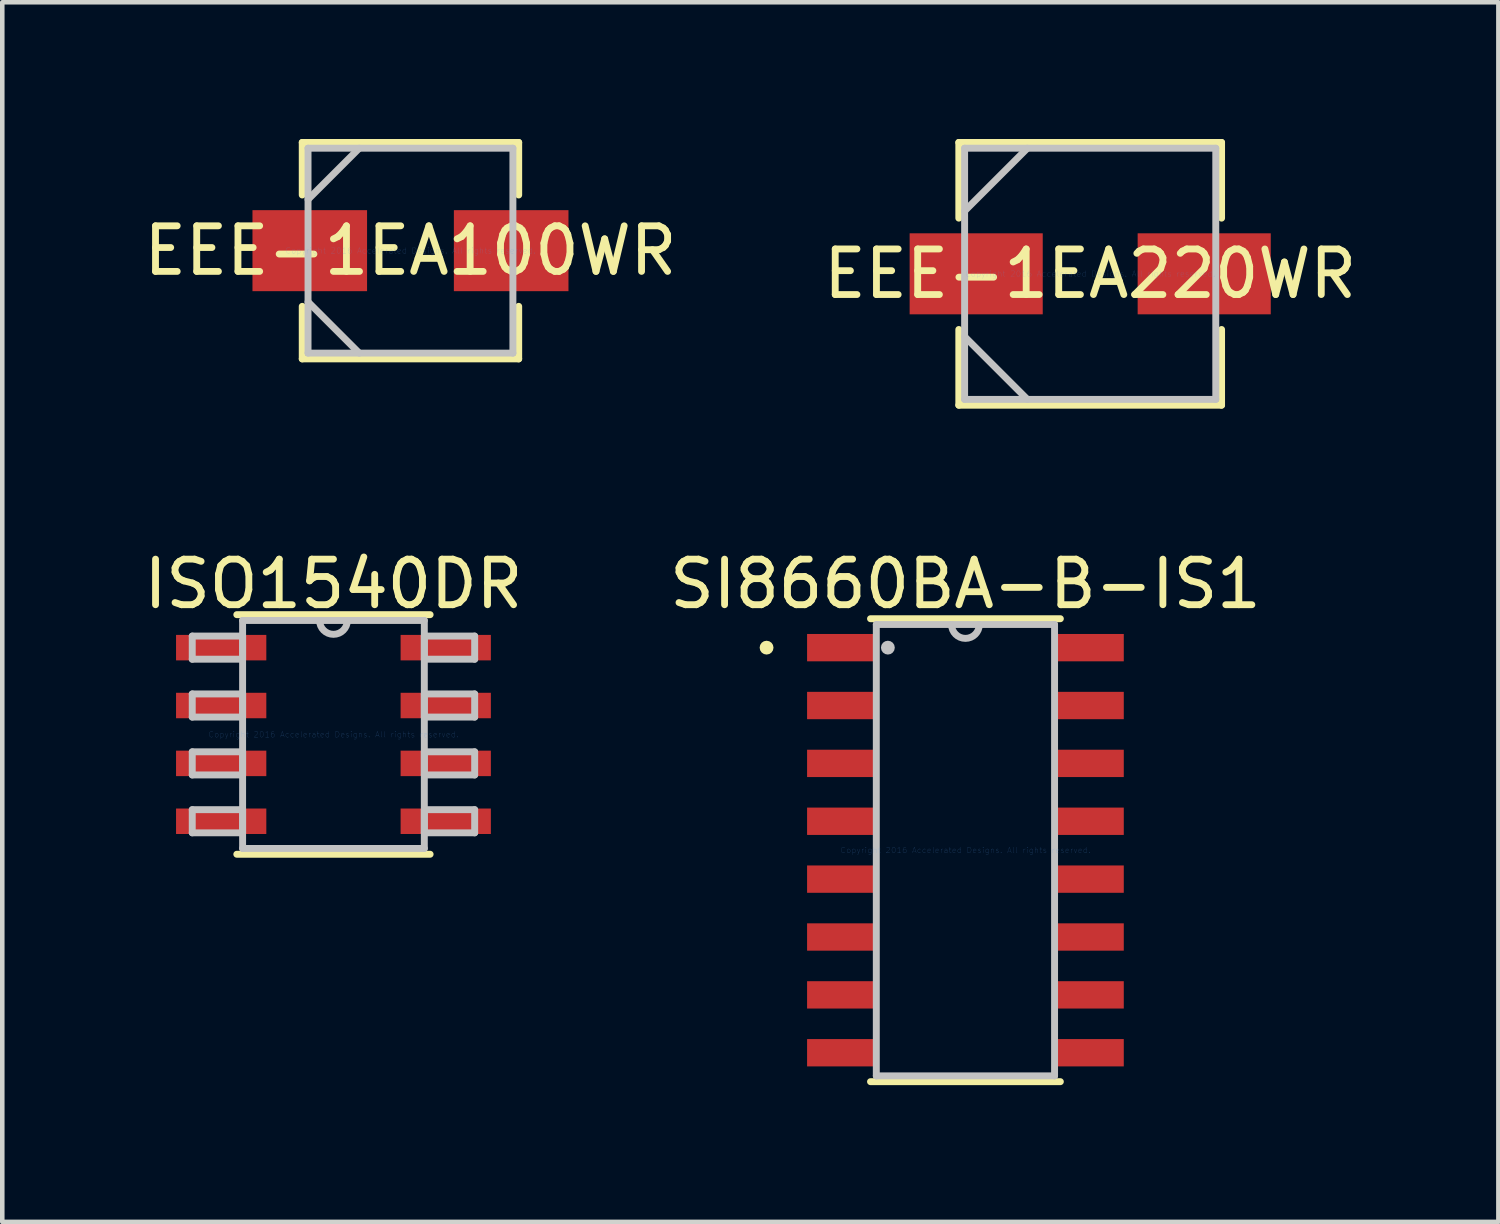
<source format=kicad_pcb>
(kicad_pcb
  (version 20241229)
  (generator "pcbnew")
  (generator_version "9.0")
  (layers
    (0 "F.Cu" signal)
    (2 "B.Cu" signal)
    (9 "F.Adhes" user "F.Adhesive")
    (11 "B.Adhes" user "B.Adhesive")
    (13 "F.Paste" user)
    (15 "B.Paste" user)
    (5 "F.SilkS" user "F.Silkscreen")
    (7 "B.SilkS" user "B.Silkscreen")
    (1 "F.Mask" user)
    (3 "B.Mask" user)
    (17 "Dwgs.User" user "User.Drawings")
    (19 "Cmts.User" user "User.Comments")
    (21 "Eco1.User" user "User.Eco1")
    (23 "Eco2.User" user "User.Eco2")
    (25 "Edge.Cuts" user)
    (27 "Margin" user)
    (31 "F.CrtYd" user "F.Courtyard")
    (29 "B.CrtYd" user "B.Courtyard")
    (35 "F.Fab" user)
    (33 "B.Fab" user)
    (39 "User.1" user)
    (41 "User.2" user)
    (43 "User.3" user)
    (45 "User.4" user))
  (footprint "SI8660BA-B-IS1"
    (layer "F.Cu")
    (at 18.137 15.608)
    (property "Reference" "SI8660BA-B-IS1" (at 0 -5.842 0) (layer "F.SilkS") (effects (font (size 1 1) (thickness 0.15))))
    (attr through_hole)
    (fp_line (start -2.083 5.08) (end 2.083 5.08) (stroke (width 0.152) (type solid)) (layer "F.SilkS"))
    (fp_line (start 2.083 -5.08) (end -2.083 -5.08) (stroke (width 0.152) (type solid)) (layer "F.SilkS"))
    (fp_circle (center -4.364 -4.445) (end -4.288 -4.445) (stroke (width 0.152) (type solid)) (fill no) (layer "F.SilkS"))
    (fp_line (start -1.956 -4.953) (end -1.956 4.953) (stroke (width 0.152) (type solid)) (layer "Dwgs.User"))
    (fp_line (start -1.956 4.953) (end 1.956 4.953) (stroke (width 0.152) (type solid)) (layer "Dwgs.User"))
    (fp_line (start 1.956 -4.953) (end -1.956 -4.953) (stroke (width 0.152) (type solid)) (layer "Dwgs.User"))
    (fp_line (start 1.956 4.953) (end 1.956 -4.953) (stroke (width 0.152) (type solid)) (layer "Dwgs.User"))
    (fp_arc (start 0.3048 -4.953) (mid 0 -4.6482) (end -0.3048 -4.953) (stroke (width 0.1524) (type solid)) (layer "Dwgs.User"))
    (fp_circle (center -1.702 -4.445) (end -1.626 -4.445) (stroke (width 0.152) (type solid)) (fill no) (layer "Dwgs.User"))
    (fp_text user "Copyright 2016 Accelerated Designs. All rights reserved." (at 0 0 0) (layer "Cmts.User") (effects (font (size 0.127 0.127) (thickness 0.002))))
    (pad "" smd rect (at -2.7 -4.445) (size 1.55 0.6) (layers "F.Mask"))
    (pad "" smd rect (at -2.7 -4.445) (size 1.55 0.6) (layers "F.Paste"))
    (pad "" smd rect (at -2.7 -3.175) (size 1.55 0.6) (layers "F.Mask"))
    (pad "" smd rect (at -2.7 -3.175) (size 1.55 0.6) (layers "F.Paste"))
    (pad "" smd rect (at -2.7 -1.905) (size 1.55 0.6) (layers "F.Mask"))
    (pad "" smd rect (at -2.7 -1.905) (size 1.55 0.6) (layers "F.Paste"))
    (pad "" smd rect (at -2.7 -0.635) (size 1.55 0.6) (layers "F.Mask"))
    (pad "" smd rect (at -2.7 -0.635) (size 1.55 0.6) (layers "F.Paste"))
    (pad "" smd rect (at -2.7 0.635) (size 1.55 0.6) (layers "F.Mask"))
    (pad "" smd rect (at -2.7 0.635) (size 1.55 0.6) (layers "F.Paste"))
    (pad "" smd rect (at -2.7 1.905) (size 1.55 0.6) (layers "F.Mask"))
    (pad "" smd rect (at -2.7 1.905) (size 1.55 0.6) (layers "F.Paste"))
    (pad "" smd rect (at -2.7 3.175) (size 1.55 0.6) (layers "F.Mask"))
    (pad "" smd rect (at -2.7 3.175) (size 1.55 0.6) (layers "F.Paste"))
    (pad "" smd rect (at -2.7 4.445) (size 1.55 0.6) (layers "F.Mask"))
    (pad "" smd rect (at -2.7 4.445) (size 1.55 0.6) (layers "F.Paste"))
    (pad "" smd rect (at 2.7 -4.445) (size 1.55 0.6) (layers "F.Mask"))
    (pad "" smd rect (at 2.7 -4.445) (size 1.55 0.6) (layers "F.Paste"))
    (pad "" smd rect (at 2.7 -3.175) (size 1.55 0.6) (layers "F.Mask"))
    (pad "" smd rect (at 2.7 -3.175) (size 1.55 0.6) (layers "F.Paste"))
    (pad "" smd rect (at 2.7 -1.905) (size 1.55 0.6) (layers "F.Mask"))
    (pad "" smd rect (at 2.7 -1.905) (size 1.55 0.6) (layers "F.Paste"))
    (pad "" smd rect (at 2.7 -0.635) (size 1.55 0.6) (layers "F.Mask"))
    (pad "" smd rect (at 2.7 -0.635) (size 1.55 0.6) (layers "F.Paste"))
    (pad "" smd rect (at 2.7 0.635) (size 1.55 0.6) (layers "F.Mask"))
    (pad "" smd rect (at 2.7 0.635) (size 1.55 0.6) (layers "F.Paste"))
    (pad "" smd rect (at 2.7 1.905) (size 1.55 0.6) (layers "F.Mask"))
    (pad "" smd rect (at 2.7 1.905) (size 1.55 0.6) (layers "F.Paste"))
    (pad "" smd rect (at 2.7 3.175) (size 1.55 0.6) (layers "F.Mask"))
    (pad "" smd rect (at 2.7 3.175) (size 1.55 0.6) (layers "F.Paste"))
    (pad "" smd rect (at 2.7 4.445) (size 1.55 0.6) (layers "F.Mask"))
    (pad "" smd rect (at 2.7 4.445) (size 1.55 0.6) (layers "F.Paste"))
    (pad "1" smd rect (at -2.7 -4.445) (size 1.55 0.6) (layers "F.Cu"))
    (pad "2" smd rect (at -2.7 -3.175) (size 1.55 0.6) (layers "F.Cu"))
    (pad "3" smd rect (at -2.7 -1.905) (size 1.55 0.6) (layers "F.Cu"))
    (pad "4" smd rect (at -2.7 -0.635) (size 1.55 0.6) (layers "F.Cu"))
    (pad "5" smd rect (at -2.7 0.635) (size 1.55 0.6) (layers "F.Cu"))
    (pad "6" smd rect (at -2.7 1.905) (size 1.55 0.6) (layers "F.Cu"))
    (pad "7" smd rect (at -2.7 3.175) (size 1.55 0.6) (layers "F.Cu"))
    (pad "8" smd rect (at -2.7 4.445) (size 1.55 0.6) (layers "F.Cu"))
    (pad "9" smd rect (at 2.7 4.445) (size 1.55 0.6) (layers "F.Cu"))
    (pad "10" smd rect (at 2.7 3.175) (size 1.55 0.6) (layers "F.Cu"))
    (pad "11" smd rect (at 2.7 1.905) (size 1.55 0.6) (layers "F.Cu"))
    (pad "12" smd rect (at 2.7 0.635) (size 1.55 0.6) (layers "F.Cu"))
    (pad "13" smd rect (at 2.7 -0.635) (size 1.55 0.6) (layers "F.Cu"))
    (pad "14" smd rect (at 2.7 -1.905) (size 1.55 0.6) (layers "F.Cu"))
    (pad "15" smd rect (at 2.7 -3.175) (size 1.55 0.6) (layers "F.Cu"))
    (pad "16" smd rect (at 2.7 -4.445) (size 1.55 0.6) (layers "F.Cu")))
  (footprint "EEE-1EA100WR"
    (layer "F.Cu")
    (at 5.958 2.451)
    (property "Reference" "EEE-1EA100WR" (at 0 0 0) (layer "F.SilkS") (effects (font (size 1 1) (thickness 0.15))))
    (attr through_hole)
    (fp_line (start -2.375 -2.375) (end -2.375 -1.222) (stroke (width 0.152) (type solid)) (layer "F.SilkS"))
    (fp_line (start -2.375 1.222) (end -2.375 2.375) (stroke (width 0.152) (type solid)) (layer "F.SilkS"))
    (fp_line (start -2.375 2.375) (end 2.375 2.375) (stroke (width 0.152) (type solid)) (layer "F.SilkS"))
    (fp_line (start 2.375 -2.375) (end -2.375 -2.375) (stroke (width 0.152) (type solid)) (layer "F.SilkS"))
    (fp_line (start 2.375 -1.222) (end 2.375 -2.375) (stroke (width 0.152) (type solid)) (layer "F.SilkS"))
    (fp_line (start 2.375 2.375) (end 2.375 1.222) (stroke (width 0.152) (type solid)) (layer "F.SilkS"))
    (fp_line (start -2.248 -2.248) (end -2.248 2.248) (stroke (width 0.152) (type solid)) (layer "Dwgs.User"))
    (fp_line (start -2.248 -1.124) (end -1.124 -2.248) (stroke (width 0.152) (type solid)) (layer "Dwgs.User"))
    (fp_line (start -2.248 1.124) (end -1.124 2.248) (stroke (width 0.152) (type solid)) (layer "Dwgs.User"))
    (fp_line (start -2.248 2.248) (end 2.248 2.248) (stroke (width 0.152) (type solid)) (layer "Dwgs.User"))
    (fp_line (start 2.248 -2.248) (end -2.248 -2.248) (stroke (width 0.152) (type solid)) (layer "Dwgs.User"))
    (fp_line (start 2.248 2.248) (end 2.248 -2.248) (stroke (width 0.152) (type solid)) (layer "Dwgs.User"))
    (fp_text user "Copyright 2016 Accelerated Designs. All rights reserved." (at 0 0 0) (layer "Cmts.User") (effects (font (size 0.127 0.127) (thickness 0.002))))
    (pad "" smd rect (at -2.21 0) (size 2.515 1.778) (layers "F.Mask"))
    (pad "" smd rect (at -2.21 0) (size 2.515 1.778) (layers "F.Paste"))
    (pad "" smd rect (at 2.21 0) (size 2.515 1.778) (layers "F.Mask"))
    (pad "" smd rect (at 2.21 0) (size 2.515 1.778) (layers "F.Paste"))
    (pad "1" smd rect (at -2.21 0) (size 2.515 1.778) (layers "F.Cu"))
    (pad "2" smd rect (at 2.21 0) (size 2.515 1.778) (layers "F.Cu")))
  (footprint "ISO1540DR"
    (layer "F.Cu")
    (at 4.268 13.068)
    (property "Reference" "ISO1540DR" (at 0 -3.302 0) (layer "F.SilkS") (effects (font (size 1 1) (thickness 0.15))))
    (attr through_hole)
    (fp_line (start -2.121 2.629) (end 2.121 2.629) (stroke (width 0.152) (type solid)) (layer "F.SilkS"))
    (fp_line (start 2.121 -2.629) (end -2.121 -2.629) (stroke (width 0.152) (type solid)) (layer "F.SilkS"))
    (fp_line (start -3.099 -2.159) (end -3.099 -1.651) (stroke (width 0.152) (type solid)) (layer "Dwgs.User"))
    (fp_line (start -3.099 -1.651) (end -1.994 -1.651) (stroke (width 0.152) (type solid)) (layer "Dwgs.User"))
    (fp_line (start -3.099 -0.889) (end -3.099 -0.381) (stroke (width 0.152) (type solid)) (layer "Dwgs.User"))
    (fp_line (start -3.099 -0.381) (end -1.994 -0.381) (stroke (width 0.152) (type solid)) (layer "Dwgs.User"))
    (fp_line (start -3.099 0.381) (end -3.099 0.889) (stroke (width 0.152) (type solid)) (layer "Dwgs.User"))
    (fp_line (start -3.099 0.889) (end -1.994 0.889) (stroke (width 0.152) (type solid)) (layer "Dwgs.User"))
    (fp_line (start -3.099 1.651) (end -3.099 2.159) (stroke (width 0.152) (type solid)) (layer "Dwgs.User"))
    (fp_line (start -3.099 2.159) (end -1.994 2.159) (stroke (width 0.152) (type solid)) (layer "Dwgs.User"))
    (fp_line (start -1.994 -2.502) (end -1.994 2.502) (stroke (width 0.152) (type solid)) (layer "Dwgs.User"))
    (fp_line (start -1.994 -2.159) (end -3.099 -2.159) (stroke (width 0.152) (type solid)) (layer "Dwgs.User"))
    (fp_line (start -1.994 -1.651) (end -1.994 -2.159) (stroke (width 0.152) (type solid)) (layer "Dwgs.User"))
    (fp_line (start -1.994 -0.889) (end -3.099 -0.889) (stroke (width 0.152) (type solid)) (layer "Dwgs.User"))
    (fp_line (start -1.994 -0.381) (end -1.994 -0.889) (stroke (width 0.152) (type solid)) (layer "Dwgs.User"))
    (fp_line (start -1.994 0.381) (end -3.099 0.381) (stroke (width 0.152) (type solid)) (layer "Dwgs.User"))
    (fp_line (start -1.994 0.889) (end -1.994 0.381) (stroke (width 0.152) (type solid)) (layer "Dwgs.User"))
    (fp_line (start -1.994 1.651) (end -3.099 1.651) (stroke (width 0.152) (type solid)) (layer "Dwgs.User"))
    (fp_line (start -1.994 2.159) (end -1.994 1.651) (stroke (width 0.152) (type solid)) (layer "Dwgs.User"))
    (fp_line (start -1.994 2.502) (end 1.994 2.502) (stroke (width 0.152) (type solid)) (layer "Dwgs.User"))
    (fp_line (start 1.994 -2.502) (end -1.994 -2.502) (stroke (width 0.152) (type solid)) (layer "Dwgs.User"))
    (fp_line (start 1.994 -2.159) (end 1.994 -1.651) (stroke (width 0.152) (type solid)) (layer "Dwgs.User"))
    (fp_line (start 1.994 -1.651) (end 3.099 -1.651) (stroke (width 0.152) (type solid)) (layer "Dwgs.User"))
    (fp_line (start 1.994 -0.889) (end 1.994 -0.381) (stroke (width 0.152) (type solid)) (layer "Dwgs.User"))
    (fp_line (start 1.994 -0.381) (end 3.099 -0.381) (stroke (width 0.152) (type solid)) (layer "Dwgs.User"))
    (fp_line (start 1.994 0.381) (end 1.994 0.889) (stroke (width 0.152) (type solid)) (layer "Dwgs.User"))
    (fp_line (start 1.994 0.889) (end 3.099 0.889) (stroke (width 0.152) (type solid)) (layer "Dwgs.User"))
    (fp_line (start 1.994 1.651) (end 1.994 2.159) (stroke (width 0.152) (type solid)) (layer "Dwgs.User"))
    (fp_line (start 1.994 2.159) (end 3.099 2.159) (stroke (width 0.152) (type solid)) (layer "Dwgs.User"))
    (fp_line (start 1.994 2.502) (end 1.994 -2.502) (stroke (width 0.152) (type solid)) (layer "Dwgs.User"))
    (fp_line (start 3.099 -2.159) (end 1.994 -2.159) (stroke (width 0.152) (type solid)) (layer "Dwgs.User"))
    (fp_line (start 3.099 -1.651) (end 3.099 -2.159) (stroke (width 0.152) (type solid)) (layer "Dwgs.User"))
    (fp_line (start 3.099 -0.889) (end 1.994 -0.889) (stroke (width 0.152) (type solid)) (layer "Dwgs.User"))
    (fp_line (start 3.099 -0.381) (end 3.099 -0.889) (stroke (width 0.152) (type solid)) (layer "Dwgs.User"))
    (fp_line (start 3.099 0.381) (end 1.994 0.381) (stroke (width 0.152) (type solid)) (layer "Dwgs.User"))
    (fp_line (start 3.099 0.889) (end 3.099 0.381) (stroke (width 0.152) (type solid)) (layer "Dwgs.User"))
    (fp_line (start 3.099 1.651) (end 1.994 1.651) (stroke (width 0.152) (type solid)) (layer "Dwgs.User"))
    (fp_line (start 3.099 2.159) (end 3.099 1.651) (stroke (width 0.152) (type solid)) (layer "Dwgs.User"))
    (fp_arc (start 0.3048 -2.5019) (mid 0 -2.1971) (end -0.3048 -2.5019) (stroke (width 0.1524) (type solid)) (layer "Dwgs.User"))
    (fp_text user "Copyright 2016 Accelerated Designs. All rights reserved." (at 0 0 0) (layer "Cmts.User") (effects (font (size 0.127 0.127) (thickness 0.002))))
    (pad "" smd rect (at -2.464 -1.905) (size 1.981 0.559) (layers "F.Mask"))
    (pad "" smd rect (at -2.464 -1.905) (size 1.981 0.559) (layers "F.Paste"))
    (pad "" smd rect (at -2.464 -0.635) (size 1.981 0.559) (layers "F.Mask"))
    (pad "" smd rect (at -2.464 -0.635) (size 1.981 0.559) (layers "F.Paste"))
    (pad "" smd rect (at -2.464 0.635) (size 1.981 0.559) (layers "F.Mask"))
    (pad "" smd rect (at -2.464 0.635) (size 1.981 0.559) (layers "F.Paste"))
    (pad "" smd rect (at -2.464 1.905) (size 1.981 0.559) (layers "F.Mask"))
    (pad "" smd rect (at -2.464 1.905) (size 1.981 0.559) (layers "F.Paste"))
    (pad "" smd rect (at 2.464 -1.905) (size 1.981 0.559) (layers "F.Mask"))
    (pad "" smd rect (at 2.464 -1.905) (size 1.981 0.559) (layers "F.Paste"))
    (pad "" smd rect (at 2.464 -0.635) (size 1.981 0.559) (layers "F.Mask"))
    (pad "" smd rect (at 2.464 -0.635) (size 1.981 0.559) (layers "F.Paste"))
    (pad "" smd rect (at 2.464 0.635) (size 1.981 0.559) (layers "F.Mask"))
    (pad "" smd rect (at 2.464 0.635) (size 1.981 0.559) (layers "F.Paste"))
    (pad "" smd rect (at 2.464 1.905) (size 1.981 0.559) (layers "F.Mask"))
    (pad "" smd rect (at 2.464 1.905) (size 1.981 0.559) (layers "F.Paste"))
    (pad "1" smd rect (at -2.464 -1.905) (size 1.981 0.559) (layers "F.Cu"))
    (pad "2" smd rect (at -2.464 -0.635) (size 1.981 0.559) (layers "F.Cu"))
    (pad "3" smd rect (at -2.464 0.635) (size 1.981 0.559) (layers "F.Cu"))
    (pad "4" smd rect (at -2.464 1.905) (size 1.981 0.559) (layers "F.Cu"))
    (pad "5" smd rect (at 2.464 1.905) (size 1.981 0.559) (layers "F.Cu"))
    (pad "6" smd rect (at 2.464 0.635) (size 1.981 0.559) (layers "F.Cu"))
    (pad "7" smd rect (at 2.464 -0.635) (size 1.981 0.559) (layers "F.Cu"))
    (pad "8" smd rect (at 2.464 -1.905) (size 1.981 0.559) (layers "F.Cu")))
  (footprint "EEE-1EA220WR"
    (layer "F.Cu")
    (at 20.875 2.959)
    (property "Reference" "EEE-1EA220WR" (at 0 0 0) (layer "F.SilkS") (effects (font (size 1 1) (thickness 0.15))))
    (attr through_hole)
    (fp_line (start -2.883 -2.883) (end -2.883 -1.222) (stroke (width 0.152) (type solid)) (layer "F.SilkS"))
    (fp_line (start -2.883 1.222) (end -2.883 2.883) (stroke (width 0.152) (type solid)) (layer "F.SilkS"))
    (fp_line (start -2.883 2.883) (end 2.883 2.883) (stroke (width 0.152) (type solid)) (layer "F.SilkS"))
    (fp_line (start 2.883 -2.883) (end -2.883 -2.883) (stroke (width 0.152) (type solid)) (layer "F.SilkS"))
    (fp_line (start 2.883 -1.222) (end 2.883 -2.883) (stroke (width 0.152) (type solid)) (layer "F.SilkS"))
    (fp_line (start 2.883 2.883) (end 2.883 1.222) (stroke (width 0.152) (type solid)) (layer "F.SilkS"))
    (fp_line (start -2.756 -2.756) (end -2.756 2.756) (stroke (width 0.152) (type solid)) (layer "Dwgs.User"))
    (fp_line (start -2.756 -1.378) (end -1.378 -2.756) (stroke (width 0.152) (type solid)) (layer "Dwgs.User"))
    (fp_line (start -2.756 1.378) (end -1.378 2.756) (stroke (width 0.152) (type solid)) (layer "Dwgs.User"))
    (fp_line (start -2.756 2.756) (end 2.756 2.756) (stroke (width 0.152) (type solid)) (layer "Dwgs.User"))
    (fp_line (start 2.756 -2.756) (end -2.756 -2.756) (stroke (width 0.152) (type solid)) (layer "Dwgs.User"))
    (fp_line (start 2.756 2.756) (end 2.756 -2.756) (stroke (width 0.152) (type solid)) (layer "Dwgs.User"))
    (fp_text user "Copyright 2016 Accelerated Designs. All rights reserved." (at 0 0 0) (layer "Cmts.User") (effects (font (size 0.127 0.127) (thickness 0.002))))
    (pad "" smd rect (at -2.502 0) (size 2.921 1.778) (layers "F.Mask"))
    (pad "" smd rect (at -2.502 0) (size 2.921 1.778) (layers "F.Paste"))
    (pad "" smd rect (at 2.502 0) (size 2.921 1.778) (layers "F.Mask"))
    (pad "" smd rect (at 2.502 0) (size 2.921 1.778) (layers "F.Paste"))
    (pad "1" smd rect (at -2.502 0) (size 2.921 1.778) (layers "F.Cu"))
    (pad "2" smd rect (at 2.502 0) (size 2.921 1.778) (layers "F.Cu")))
  (gr_rect
    (start -3 -3)
    (end 29.833 23.765)
    (stroke (width 0.1) (type default))
    (fill no)
    (layer "Edge.Cuts")))
</source>
